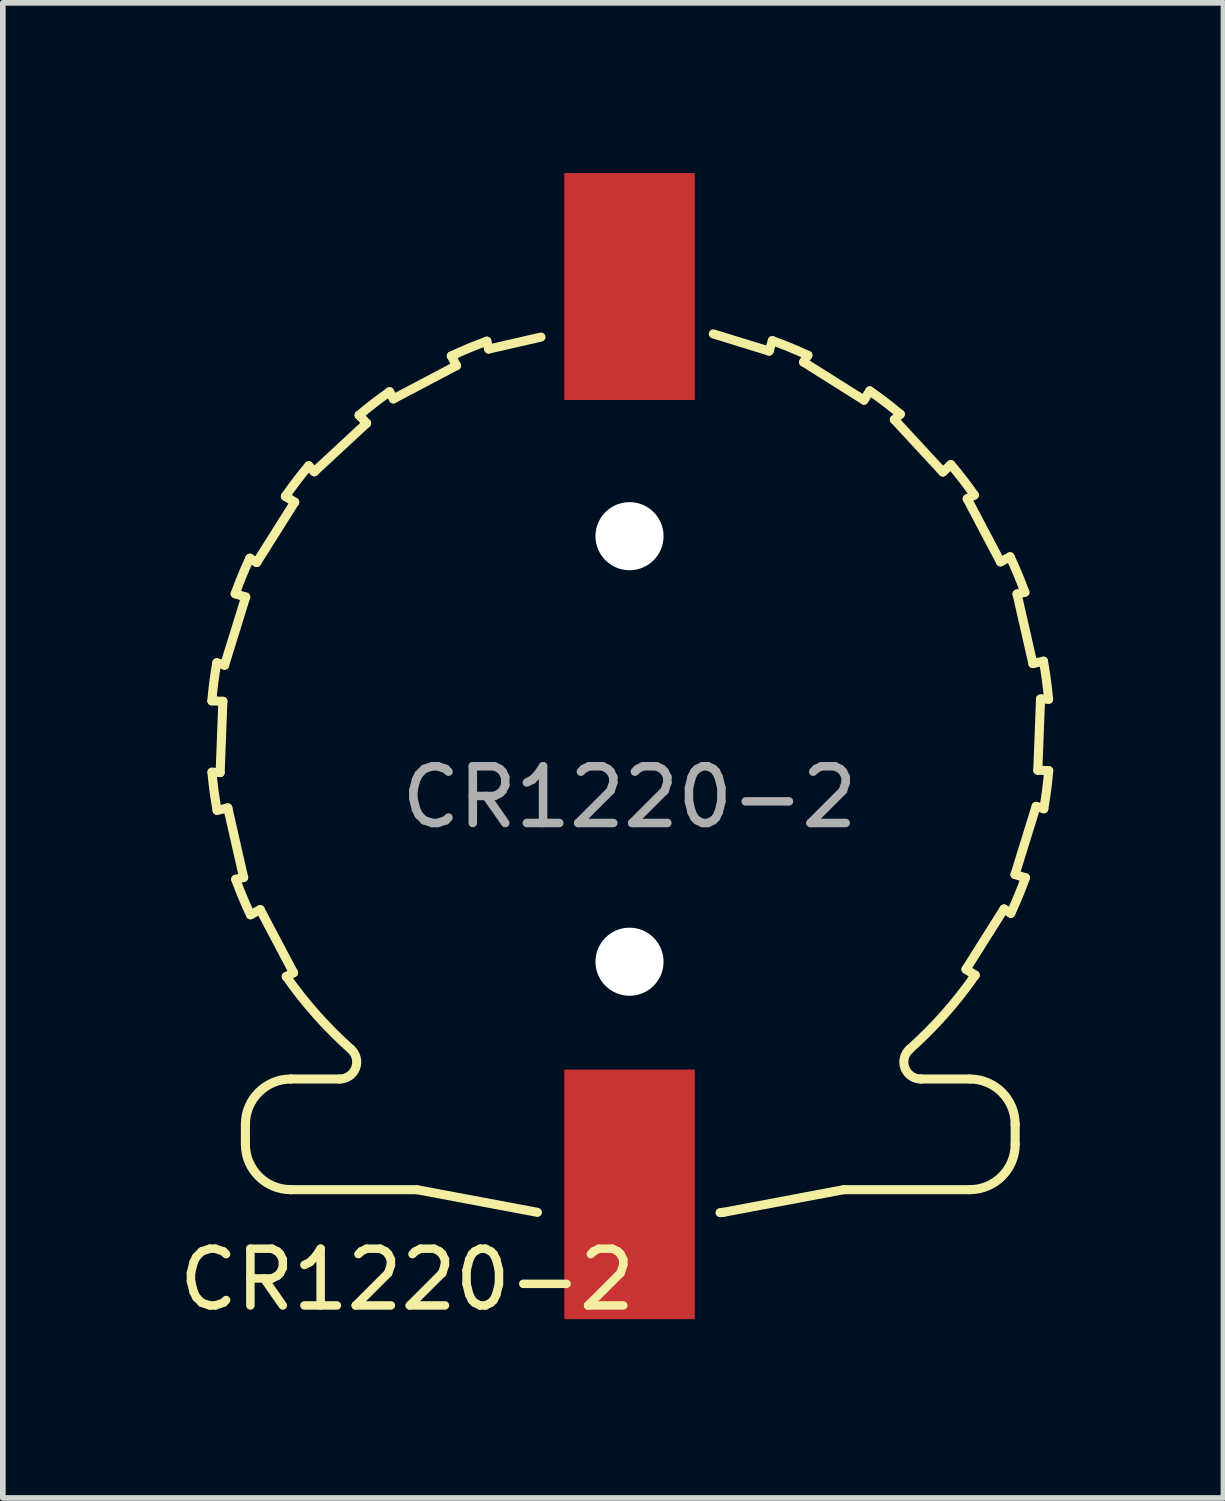
<source format=kicad_pcb>
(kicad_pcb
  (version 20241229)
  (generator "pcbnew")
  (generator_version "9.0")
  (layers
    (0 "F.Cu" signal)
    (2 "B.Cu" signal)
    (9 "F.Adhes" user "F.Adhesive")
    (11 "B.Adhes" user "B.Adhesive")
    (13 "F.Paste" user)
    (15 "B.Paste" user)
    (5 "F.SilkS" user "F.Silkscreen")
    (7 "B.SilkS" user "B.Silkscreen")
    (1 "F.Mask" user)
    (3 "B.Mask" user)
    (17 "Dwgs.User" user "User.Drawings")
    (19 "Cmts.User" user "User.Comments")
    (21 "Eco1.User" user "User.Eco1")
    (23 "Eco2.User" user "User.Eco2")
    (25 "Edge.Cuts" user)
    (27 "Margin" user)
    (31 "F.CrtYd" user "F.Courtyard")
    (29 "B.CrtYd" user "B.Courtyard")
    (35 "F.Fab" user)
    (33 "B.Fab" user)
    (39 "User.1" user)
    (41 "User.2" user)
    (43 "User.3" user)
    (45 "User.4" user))
  (footprint "CR1220-2"
    (layer "F.Cu")
    (at 8.045 10)
    (property "Reference" "CR1220-2" (at -3.92 9.503 0) (layer "F.SilkS") (effects (font (size 1 1) (thickness 0.15))))
    (attr smd)
    (fp_line (start -7.361 -0.698) (end -7.167 -0.69) (stroke (width 0.16) (type solid)) (layer "F.SilkS"))
    (fp_line (start -7.269 1.232) (end -7.08 1.189) (stroke (width 0.16) (type solid)) (layer "F.SilkS"))
    (fp_line (start -7.215 0.566) (end -7.359 0.56) (stroke (width 0.16) (type solid)) (layer "F.SilkS"))
    (fp_line (start -7.167 -0.69) (end -7.215 0.566) (stroke (width 0.16) (type solid)) (layer "F.SilkS"))
    (fp_line (start -7.137 -1.327) (end -7.274 -1.37) (stroke (width 0.16) (type solid)) (layer "F.SilkS"))
    (fp_line (start -7.08 1.189) (end -6.801 2.415) (stroke (width 0.16) (type solid)) (layer "F.SilkS"))
    (fp_line (start -6.95 -2.586) (end -6.765 -2.528) (stroke (width 0.16) (type solid)) (layer "F.SilkS"))
    (fp_line (start -6.801 2.415) (end -6.941 2.447) (stroke (width 0.16) (type solid)) (layer "F.SilkS"))
    (fp_line (start -6.77 7.117) (end -6.77 6.767) (stroke (width 0.16) (type solid)) (layer "F.SilkS"))
    (fp_line (start -6.765 -2.528) (end -7.137 -1.327) (stroke (width 0.16) (type solid)) (layer "F.SilkS"))
    (fp_line (start -6.68 3.072) (end -6.509 2.982) (stroke (width 0.16) (type solid)) (layer "F.SilkS"))
    (fp_line (start -6.571 -3.136) (end -6.692 -3.212) (stroke (width 0.16) (type solid)) (layer "F.SilkS"))
    (fp_line (start -6.509 2.982) (end -5.922 4.094) (stroke (width 0.16) (type solid)) (layer "F.SilkS"))
    (fp_line (start -6.065 -4.303) (end -5.901 -4.2) (stroke (width 0.16) (type solid)) (layer "F.SilkS"))
    (fp_line (start -5.97 5.967) (end -5.108 5.967) (stroke (width 0.16) (type solid)) (layer "F.SilkS"))
    (fp_line (start -5.922 4.094) (end -6.049 4.161) (stroke (width 0.16) (type solid)) (layer "F.SilkS"))
    (fp_line (start -5.901 -4.2) (end -6.571 -3.136) (stroke (width 0.16) (type solid)) (layer "F.SilkS"))
    (fp_line (start -5.556 -4.736) (end -5.654 -4.841) (stroke (width 0.16) (type solid)) (layer "F.SilkS"))
    (fp_line (start -4.766 -5.733) (end -4.634 -5.591) (stroke (width 0.16) (type solid)) (layer "F.SilkS"))
    (fp_line (start -4.634 -5.591) (end -5.556 -4.736) (stroke (width 0.16) (type solid)) (layer "F.SilkS"))
    (fp_line (start -4.162 -6.02) (end -4.229 -6.146) (stroke (width 0.16) (type solid)) (layer "F.SilkS"))
    (fp_line (start -3.75 7.917) (end -5.97 7.917) (stroke (width 0.16) (type solid)) (layer "F.SilkS"))
    (fp_line (start -3.14 -6.777) (end -3.05 -6.606) (stroke (width 0.16) (type solid)) (layer "F.SilkS"))
    (fp_line (start -3.05 -6.606) (end -4.162 -6.02) (stroke (width 0.16) (type solid)) (layer "F.SilkS"))
    (fp_line (start -2.515 -7.037) (end -2.483 -6.898) (stroke (width 0.16) (type solid)) (layer "F.SilkS"))
    (fp_line (start -2.483 -6.898) (end -1.561 -7.109) (stroke (width 0.16) (type solid)) (layer "F.SilkS"))
    (fp_line (start -1.624 8.317) (end -3.75 7.917) (stroke (width 0.16) (type solid)) (layer "F.SilkS"))
    (fp_line (start 1.477 -7.165) (end 2.46 -6.862) (stroke (width 0.16) (type solid)) (layer "F.SilkS"))
    (fp_line (start 2.46 -6.862) (end 2.517 -7.046) (stroke (width 0.16) (type solid)) (layer "F.SilkS"))
    (fp_line (start 3.068 -6.668) (end 4.132 -5.998) (stroke (width 0.16) (type solid)) (layer "F.SilkS"))
    (fp_line (start 3.143 -6.788) (end 3.068 -6.668) (stroke (width 0.16) (type solid)) (layer "F.SilkS"))
    (fp_line (start 3.777 7.917) (end 1.651 8.317) (stroke (width 0.16) (type solid)) (layer "F.SilkS"))
    (fp_line (start 4.132 -5.998) (end 4.234 -6.161) (stroke (width 0.16) (type solid)) (layer "F.SilkS"))
    (fp_line (start 4.668 -5.654) (end 5.522 -4.731) (stroke (width 0.16) (type solid)) (layer "F.SilkS"))
    (fp_line (start 4.772 -5.75) (end 4.668 -5.654) (stroke (width 0.16) (type solid)) (layer "F.SilkS"))
    (fp_line (start 5.522 -4.731) (end 5.663 -4.862) (stroke (width 0.16) (type solid)) (layer "F.SilkS"))
    (fp_line (start 5.93 4.034) (end 6.093 4.137) (stroke (width 0.16) (type solid)) (layer "F.SilkS"))
    (fp_line (start 5.952 -4.259) (end 6.538 -3.147) (stroke (width 0.16) (type solid)) (layer "F.SilkS"))
    (fp_line (start 5.997 5.967) (end 5.135 5.967) (stroke (width 0.16) (type solid)) (layer "F.SilkS"))
    (fp_line (start 5.997 7.917) (end 3.777 7.917) (stroke (width 0.16) (type solid)) (layer "F.SilkS"))
    (fp_line (start 6.077 -4.325) (end 5.952 -4.259) (stroke (width 0.16) (type solid)) (layer "F.SilkS"))
    (fp_line (start 6.538 -3.147) (end 6.708 -3.237) (stroke (width 0.16) (type solid)) (layer "F.SilkS"))
    (fp_line (start 6.6 2.97) (end 5.93 4.034) (stroke (width 0.16) (type solid)) (layer "F.SilkS"))
    (fp_line (start 6.72 3.046) (end 6.6 2.97) (stroke (width 0.16) (type solid)) (layer "F.SilkS"))
    (fp_line (start 6.794 2.363) (end 6.977 2.42) (stroke (width 0.16) (type solid)) (layer "F.SilkS"))
    (fp_line (start 6.797 6.767) (end 6.797 7.117) (stroke (width 0.16) (type solid)) (layer "F.SilkS"))
    (fp_line (start 6.83 -2.58) (end 7.109 -1.355) (stroke (width 0.16) (type solid)) (layer "F.SilkS"))
    (fp_line (start 6.968 -2.612) (end 6.83 -2.58) (stroke (width 0.16) (type solid)) (layer "F.SilkS"))
    (fp_line (start 7.109 -1.355) (end 7.296 -1.397) (stroke (width 0.16) (type solid)) (layer "F.SilkS"))
    (fp_line (start 7.166 1.162) (end 6.794 2.363) (stroke (width 0.16) (type solid)) (layer "F.SilkS"))
    (fp_line (start 7.196 0.525) (end 7.388 0.532) (stroke (width 0.16) (type solid)) (layer "F.SilkS"))
    (fp_line (start 7.244 -0.731) (end 7.196 0.525) (stroke (width 0.16) (type solid)) (layer "F.SilkS"))
    (fp_line (start 7.301 1.204) (end 7.166 1.162) (stroke (width 0.16) (type solid)) (layer "F.SilkS"))
    (fp_line (start 7.385 -0.726) (end 7.244 -0.731) (stroke (width 0.16) (type solid)) (layer "F.SilkS"))
    (fp_arc (start -7.361182 -0.697957) (mid -7.325288 -1.034977) (end -7.274 -1.37) (stroke (width 0.16) (type solid)) (layer "F.SilkS"))
    (fp_arc (start -7.269261 1.231725) (mid -7.321824 0.89689) (end -7.359 0.56) (stroke (width 0.16) (type solid)) (layer "F.SilkS"))
    (fp_arc (start -6.950137 -2.585477) (mid -6.828244 -2.901695) (end -6.692 -3.212) (stroke (width 0.16) (type solid)) (layer "F.SilkS"))
    (fp_arc (start -6.77 6.767) (mid -6.535685 6.201315) (end -5.97 5.967) (stroke (width 0.16) (type solid)) (layer "F.SilkS"))
    (fp_arc (start -6.680383 3.072572) (mid -6.817856 2.762771) (end -6.941 2.447) (stroke (width 0.16) (type solid)) (layer "F.SilkS"))
    (fp_arc (start -6.065518 -4.302606) (mid -5.865926 -4.576516) (end -5.654 -4.841) (stroke (width 0.16) (type solid)) (layer "F.SilkS"))
    (fp_arc (start -5.97 7.917) (mid -6.535685 7.682685) (end -6.77 7.117) (stroke (width 0.16) (type solid)) (layer "F.SilkS"))
    (fp_arc (start -4.90847 5.442974) (mid -4.827636 5.773752) (end -5.108 5.967) (stroke (width 0.16) (type solid)) (layer "F.SilkS"))
    (fp_arc (start -4.908247 5.443365) (mid -5.515928 4.835367) (end -6.049 4.161) (stroke (width 0.16) (type solid)) (layer "F.SilkS"))
    (fp_arc (start -4.765782 -5.732582) (mid -4.502125 -5.945438) (end -4.229 -6.146) (stroke (width 0.16) (type solid)) (layer "F.SilkS"))
    (fp_arc (start -3.140347 -6.776676) (mid -2.830654 -6.913998) (end -2.515 -7.037) (stroke (width 0.16) (type solid)) (layer "F.SilkS"))
    (fp_arc (start 1.650468 8.316827) (mid 1.622854 8.320704) (end 1.595 8.322) (stroke (width 0.16) (type solid)) (layer "F.SilkS"))
    (fp_arc (start 2.516837 -7.046097) (mid 2.832873 -6.924216) (end 3.143 -6.788) (stroke (width 0.16) (type solid)) (layer "F.SilkS"))
    (fp_arc (start 4.234026 -6.161314) (mid 4.50772 -5.961814) (end 4.772 -5.75) (stroke (width 0.16) (type solid)) (layer "F.SilkS"))
    (fp_arc (start 5.135368 5.967293) (mid 4.854493 5.774201) (end 4.935 5.443) (stroke (width 0.16) (type solid)) (layer "F.SilkS"))
    (fp_arc (start 5.663828 -4.861577) (mid 5.876555 -4.598017) (end 6.077 -4.325) (stroke (width 0.16) (type solid)) (layer "F.SilkS"))
    (fp_arc (start 5.997 5.967) (mid 6.562685 6.201315) (end 6.797 6.767) (stroke (width 0.16) (type solid)) (layer "F.SilkS"))
    (fp_arc (start 6.092561 4.136206) (mid 5.552451 4.823857) (end 4.935 5.443) (stroke (width 0.16) (type solid)) (layer "F.SilkS"))
    (fp_arc (start 6.707746 -3.237083) (mid 6.845026 -2.927519) (end 6.968 -2.612) (stroke (width 0.16) (type solid)) (layer "F.SilkS"))
    (fp_arc (start 6.797 7.117) (mid 6.562685 7.682685) (end 5.997 7.917) (stroke (width 0.16) (type solid)) (layer "F.SilkS"))
    (fp_arc (start 6.97791 2.419902) (mid 6.856119 2.735902) (end 6.72 3.046) (stroke (width 0.16) (type solid)) (layer "F.SilkS"))
    (fp_arc (start 7.295376 -1.39709) (mid 7.347867 -1.062571) (end 7.385 -0.726) (stroke (width 0.16) (type solid)) (layer "F.SilkS"))
    (fp_arc (start 7.388124 0.532509) (mid 7.352245 0.869251) (end 7.301 1.204) (stroke (width 0.16) (type solid)) (layer "F.SilkS"))
    (fp_text user "${REFERENCE}" (at 0 1 0) (layer "F.Fab") (effects (font (size 1 1) (thickness 0.15))))
    (pad "" np_thru_hole circle (at 0 -3.6) (size 1.2 1.2) (drill 1.2) (layers "*.Cu" "*.Mask"))
    (pad "" np_thru_hole circle (at 0 3.9) (size 1.2 1.2) (drill 1.2) (layers "*.Cu" "*.Mask"))
    (pad "1" smd rect (at 0 8) (size 2.3 4.4) (layers "F.Cu" "F.Mask" "F.Paste"))
    (pad "2" smd rect (at 0 -8) (size 2.3 4) (layers "F.Cu" "F.Mask" "F.Paste")))
  (gr_rect
    (start -3 -3)
    (end 18.513 23.351)
    (stroke (width 0.1) (type default))
    (fill no)
    (layer "Edge.Cuts")))
</source>
